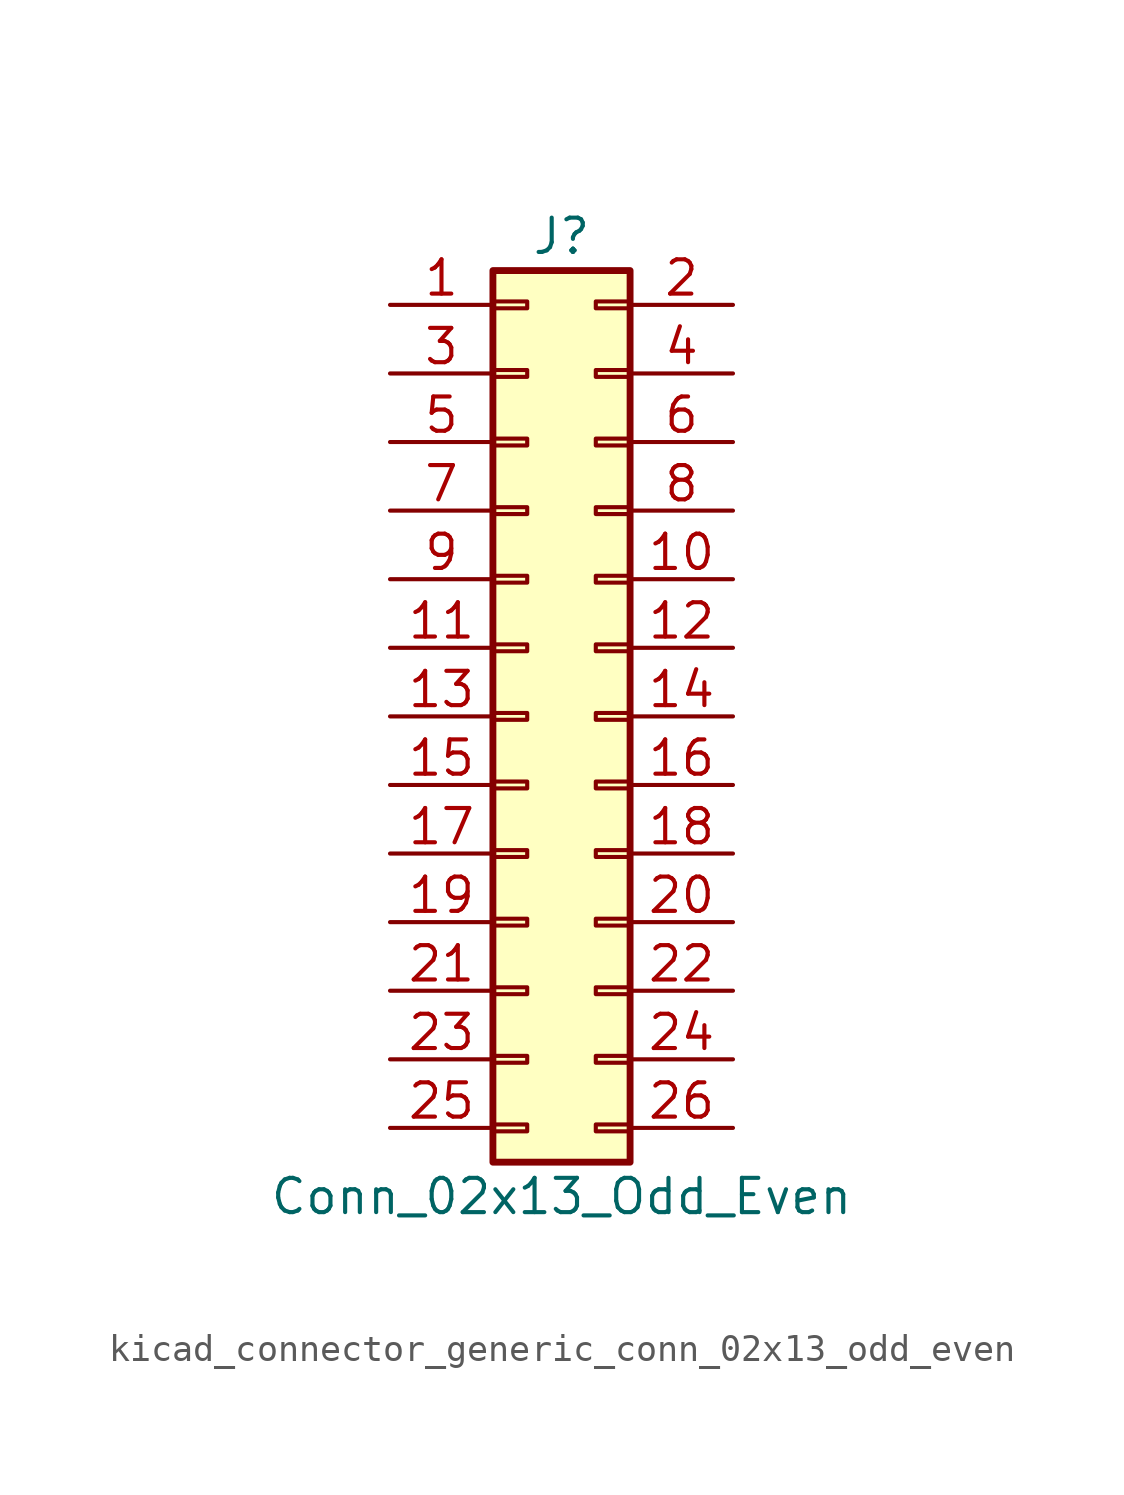
<source format=kicad_sym>
(kicad_symbol_lib
  (version 20220914)
  (generator kicad_symbol_editor)
  (symbol "kicad_connector_generic_conn_02x13_odd_even"
    (pin_names
      (offset 1.016) hide)
    (property "Reference" "J"
      (at 1.27 17.78 0)
      (effects (font (size 1.27 1.27))))
    (property "Value" "Conn_02x13_Odd_Even"
      (at 1.27 -17.78 0)
      (effects (font (size 1.27 1.27))))
    (symbol "kicad_connector_generic_conn_02x13_odd_even_1_1"
      (rectangle (start -1.27 -15.113) (end 0 -15.367) (stroke (width 0.152) (type default)) (fill (type none)))
      (rectangle (start -1.27 -12.573) (end 0 -12.827) (stroke (width 0.152) (type default)) (fill (type none)))
      (rectangle (start -1.27 -10.033) (end 0 -10.287) (stroke (width 0.152) (type default)) (fill (type none)))
      (rectangle (start -1.27 -7.493) (end 0 -7.747) (stroke (width 0.152) (type default)) (fill (type none)))
      (rectangle (start -1.27 -4.953) (end 0 -5.207) (stroke (width 0.152) (type default)) (fill (type none)))
      (rectangle (start -1.27 -2.413) (end 0 -2.667) (stroke (width 0.152) (type default)) (fill (type none)))
      (rectangle (start -1.27 0.127) (end 0 -0.127) (stroke (width 0.152) (type default)) (fill (type none)))
      (rectangle (start -1.27 2.667) (end 0 2.413) (stroke (width 0.152) (type default)) (fill (type none)))
      (rectangle (start -1.27 5.207) (end 0 4.953) (stroke (width 0.152) (type default)) (fill (type none)))
      (rectangle (start -1.27 7.747) (end 0 7.493) (stroke (width 0.152) (type default)) (fill (type none)))
      (rectangle (start -1.27 10.287) (end 0 10.033) (stroke (width 0.152) (type default)) (fill (type none)))
      (rectangle (start -1.27 12.827) (end 0 12.573) (stroke (width 0.152) (type default)) (fill (type none)))
      (rectangle (start -1.27 15.367) (end 0 15.113) (stroke (width 0.152) (type default)) (fill (type none)))
      (rectangle (start -1.27 16.51) (end 3.81 -16.51) (stroke (width 0.254) (type default)) (fill (type background)))
      (rectangle (start 3.81 -15.113) (end 2.54 -15.367) (stroke (width 0.152) (type default)) (fill (type none)))
      (rectangle (start 3.81 -12.573) (end 2.54 -12.827) (stroke (width 0.152) (type default)) (fill (type none)))
      (rectangle (start 3.81 -10.033) (end 2.54 -10.287) (stroke (width 0.152) (type default)) (fill (type none)))
      (rectangle (start 3.81 -7.493) (end 2.54 -7.747) (stroke (width 0.152) (type default)) (fill (type none)))
      (rectangle (start 3.81 -4.953) (end 2.54 -5.207) (stroke (width 0.152) (type default)) (fill (type none)))
      (rectangle (start 3.81 -2.413) (end 2.54 -2.667) (stroke (width 0.152) (type default)) (fill (type none)))
      (rectangle (start 3.81 0.127) (end 2.54 -0.127) (stroke (width 0.152) (type default)) (fill (type none)))
      (rectangle (start 3.81 2.667) (end 2.54 2.413) (stroke (width 0.152) (type default)) (fill (type none)))
      (rectangle (start 3.81 5.207) (end 2.54 4.953) (stroke (width 0.152) (type default)) (fill (type none)))
      (rectangle (start 3.81 7.747) (end 2.54 7.493) (stroke (width 0.152) (type default)) (fill (type none)))
      (rectangle (start 3.81 10.287) (end 2.54 10.033) (stroke (width 0.152) (type default)) (fill (type none)))
      (rectangle (start 3.81 12.827) (end 2.54 12.573) (stroke (width 0.152) (type default)) (fill (type none)))
      (rectangle (start 3.81 15.367) (end 2.54 15.113) (stroke (width 0.152) (type default)) (fill (type none)))
      (pin passive line (at -5.08 15.24 0) (length 3.81) (name "Pin_1" (effects (font (size 1.27 1.27)))) (number "1" (effects (font (size 1.27 1.27)))))
      (pin passive line (at 7.62 5.08 180) (length 3.81) (name "Pin_10" (effects (font (size 1.27 1.27)))) (number "10" (effects (font (size 1.27 1.27)))))
      (pin passive line (at -5.08 2.54 0) (length 3.81) (name "Pin_11" (effects (font (size 1.27 1.27)))) (number "11" (effects (font (size 1.27 1.27)))))
      (pin passive line (at 7.62 2.54 180) (length 3.81) (name "Pin_12" (effects (font (size 1.27 1.27)))) (number "12" (effects (font (size 1.27 1.27)))))
      (pin passive line (at -5.08 0 0) (length 3.81) (name "Pin_13" (effects (font (size 1.27 1.27)))) (number "13" (effects (font (size 1.27 1.27)))))
      (pin passive line (at 7.62 0 180) (length 3.81) (name "Pin_14" (effects (font (size 1.27 1.27)))) (number "14" (effects (font (size 1.27 1.27)))))
      (pin passive line (at -5.08 -2.54 0) (length 3.81) (name "Pin_15" (effects (font (size 1.27 1.27)))) (number "15" (effects (font (size 1.27 1.27)))))
      (pin passive line (at 7.62 -2.54 180) (length 3.81) (name "Pin_16" (effects (font (size 1.27 1.27)))) (number "16" (effects (font (size 1.27 1.27)))))
      (pin passive line (at -5.08 -5.08 0) (length 3.81) (name "Pin_17" (effects (font (size 1.27 1.27)))) (number "17" (effects (font (size 1.27 1.27)))))
      (pin passive line (at 7.62 -5.08 180) (length 3.81) (name "Pin_18" (effects (font (size 1.27 1.27)))) (number "18" (effects (font (size 1.27 1.27)))))
      (pin passive line (at -5.08 -7.62 0) (length 3.81) (name "Pin_19" (effects (font (size 1.27 1.27)))) (number "19" (effects (font (size 1.27 1.27)))))
      (pin passive line (at 7.62 15.24 180) (length 3.81) (name "Pin_2" (effects (font (size 1.27 1.27)))) (number "2" (effects (font (size 1.27 1.27)))))
      (pin passive line (at 7.62 -7.62 180) (length 3.81) (name "Pin_20" (effects (font (size 1.27 1.27)))) (number "20" (effects (font (size 1.27 1.27)))))
      (pin passive line (at -5.08 -10.16 0) (length 3.81) (name "Pin_21" (effects (font (size 1.27 1.27)))) (number "21" (effects (font (size 1.27 1.27)))))
      (pin passive line (at 7.62 -10.16 180) (length 3.81) (name "Pin_22" (effects (font (size 1.27 1.27)))) (number "22" (effects (font (size 1.27 1.27)))))
      (pin passive line (at -5.08 -12.7 0) (length 3.81) (name "Pin_23" (effects (font (size 1.27 1.27)))) (number "23" (effects (font (size 1.27 1.27)))))
      (pin passive line (at 7.62 -12.7 180) (length 3.81) (name "Pin_24" (effects (font (size 1.27 1.27)))) (number "24" (effects (font (size 1.27 1.27)))))
      (pin passive line (at -5.08 -15.24 0) (length 3.81) (name "Pin_25" (effects (font (size 1.27 1.27)))) (number "25" (effects (font (size 1.27 1.27)))))
      (pin passive line (at 7.62 -15.24 180) (length 3.81) (name "Pin_26" (effects (font (size 1.27 1.27)))) (number "26" (effects (font (size 1.27 1.27)))))
      (pin passive line (at -5.08 12.7 0) (length 3.81) (name "Pin_3" (effects (font (size 1.27 1.27)))) (number "3" (effects (font (size 1.27 1.27)))))
      (pin passive line (at 7.62 12.7 180) (length 3.81) (name "Pin_4" (effects (font (size 1.27 1.27)))) (number "4" (effects (font (size 1.27 1.27)))))
      (pin passive line (at -5.08 10.16 0) (length 3.81) (name "Pin_5" (effects (font (size 1.27 1.27)))) (number "5" (effects (font (size 1.27 1.27)))))
      (pin passive line (at 7.62 10.16 180) (length 3.81) (name "Pin_6" (effects (font (size 1.27 1.27)))) (number "6" (effects (font (size 1.27 1.27)))))
      (pin passive line (at -5.08 7.62 0) (length 3.81) (name "Pin_7" (effects (font (size 1.27 1.27)))) (number "7" (effects (font (size 1.27 1.27)))))
      (pin passive line (at 7.62 7.62 180) (length 3.81) (name "Pin_8" (effects (font (size 1.27 1.27)))) (number "8" (effects (font (size 1.27 1.27)))))
      (pin passive line (at -5.08 5.08 0) (length 3.81) (name "Pin_9" (effects (font (size 1.27 1.27)))) (number "9" (effects (font (size 1.27 1.27))))))))
</source>
